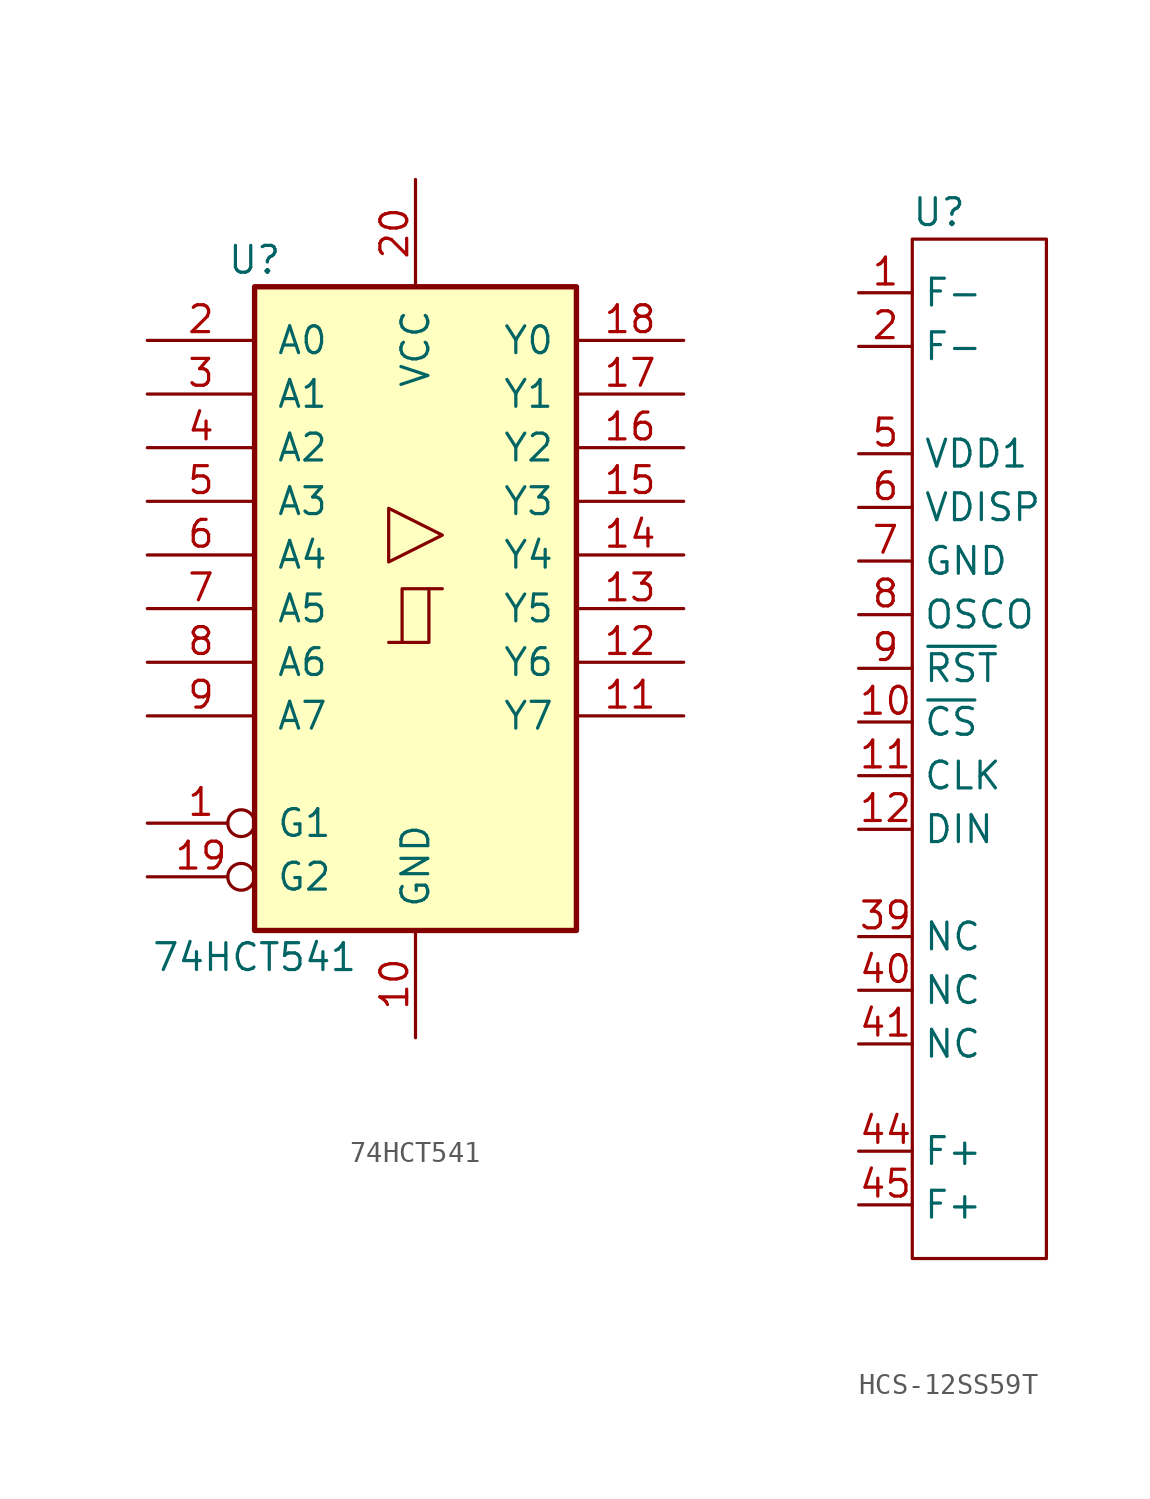
<source format=kicad_sym>
(kicad_symbol_lib
  (version 20230620)
  (generator kicad_symbol_editor)
  (symbol "74HCT541"
    (pin_names
      (offset 1.016))
    (property "Reference" "U"
      (at -7.62 16.51 0)
      (effects (font (size 1.27 1.27))))
    (property "Value" "74HCT541"
      (at -7.62 -16.51 0)
      (effects (font (size 1.27 1.27))))
    (property "ki_locked" ""
      (at 0 0 0)
      (effects (font (size 1.27 1.27))))
    (symbol "74HCT541_1_0"
      (polyline (pts (xy -0.635 -1.6) (xy -0.635 0.94) (xy 0.635 0.94)) (stroke (width 0) (type default)) (fill (type none)))
      (polyline (pts (xy -1.27 -1.6) (xy 0.635 -1.6) (xy 0.635 0.94) (xy 1.27 0.94)) (stroke (width 0) (type default)) (fill (type none)))
      (polyline (pts (xy 1.27 3.48) (xy -1.27 4.75) (xy -1.27 2.21) (xy 1.27 3.48)) (stroke (width 0.152) (type default)) (fill (type none)))
      (pin input inverted (at -12.7 -10.16 0) (length 5.08) (name "G1" (effects (font (size 1.27 1.27)))) (number "1" (effects (font (size 1.27 1.27)))))
      (pin power_in line (at 0 -20.32 90) (length 5.08) (name "GND" (effects (font (size 1.27 1.27)))) (number "10" (effects (font (size 1.27 1.27)))))
      (pin tri_state line (at 12.7 -5.08 180) (length 5.08) (name "Y7" (effects (font (size 1.27 1.27)))) (number "11" (effects (font (size 1.27 1.27)))))
      (pin tri_state line (at 12.7 -2.54 180) (length 5.08) (name "Y6" (effects (font (size 1.27 1.27)))) (number "12" (effects (font (size 1.27 1.27)))))
      (pin tri_state line (at 12.7 0 180) (length 5.08) (name "Y5" (effects (font (size 1.27 1.27)))) (number "13" (effects (font (size 1.27 1.27)))))
      (pin tri_state line (at 12.7 2.54 180) (length 5.08) (name "Y4" (effects (font (size 1.27 1.27)))) (number "14" (effects (font (size 1.27 1.27)))))
      (pin tri_state line (at 12.7 5.08 180) (length 5.08) (name "Y3" (effects (font (size 1.27 1.27)))) (number "15" (effects (font (size 1.27 1.27)))))
      (pin tri_state line (at 12.7 7.62 180) (length 5.08) (name "Y2" (effects (font (size 1.27 1.27)))) (number "16" (effects (font (size 1.27 1.27)))))
      (pin tri_state line (at 12.7 10.16 180) (length 5.08) (name "Y1" (effects (font (size 1.27 1.27)))) (number "17" (effects (font (size 1.27 1.27)))))
      (pin tri_state line (at 12.7 12.7 180) (length 5.08) (name "Y0" (effects (font (size 1.27 1.27)))) (number "18" (effects (font (size 1.27 1.27)))))
      (pin input inverted (at -12.7 -12.7 0) (length 5.08) (name "G2" (effects (font (size 1.27 1.27)))) (number "19" (effects (font (size 1.27 1.27)))))
      (pin input line (at -12.7 12.7 0) (length 5.08) (name "A0" (effects (font (size 1.27 1.27)))) (number "2" (effects (font (size 1.27 1.27)))))
      (pin power_in line (at 0 20.32 270) (length 5.08) (name "VCC" (effects (font (size 1.27 1.27)))) (number "20" (effects (font (size 1.27 1.27)))))
      (pin input line (at -12.7 10.16 0) (length 5.08) (name "A1" (effects (font (size 1.27 1.27)))) (number "3" (effects (font (size 1.27 1.27)))))
      (pin input line (at -12.7 7.62 0) (length 5.08) (name "A2" (effects (font (size 1.27 1.27)))) (number "4" (effects (font (size 1.27 1.27)))))
      (pin input line (at -12.7 5.08 0) (length 5.08) (name "A3" (effects (font (size 1.27 1.27)))) (number "5" (effects (font (size 1.27 1.27)))))
      (pin input line (at -12.7 2.54 0) (length 5.08) (name "A4" (effects (font (size 1.27 1.27)))) (number "6" (effects (font (size 1.27 1.27)))))
      (pin input line (at -12.7 0 0) (length 5.08) (name "A5" (effects (font (size 1.27 1.27)))) (number "7" (effects (font (size 1.27 1.27)))))
      (pin input line (at -12.7 -2.54 0) (length 5.08) (name "A6" (effects (font (size 1.27 1.27)))) (number "8" (effects (font (size 1.27 1.27)))))
      (pin input line (at -12.7 -5.08 0) (length 5.08) (name "A7" (effects (font (size 1.27 1.27)))) (number "9" (effects (font (size 1.27 1.27))))))
    (symbol "74HCT541_1_1"
      (rectangle (start -7.62 15.24) (end 7.62 -15.24) (stroke (width 0.254) (type default)) (fill (type background)))))
  (symbol "HCS-12SS59T"
    (property "Reference" "U"
      (at 0 2.54 0)
      (effects (font (size 1.27 1.27))))
    (property "Value" ""
      (at 0 0 0)
      (effects (font (size 1.27 1.27))))
    (symbol "HCS-12SS59T_0_1"
      (rectangle (start -1.27 1.27) (end 5.08 -46.99) (stroke (width 0) (type default)) (fill (type none))))
    (symbol "HCS-12SS59T_1_1"
      (pin input line (at -3.81 -1.27 0) (length 2.54) (name "F-" (effects (font (size 1.27 1.27)))) (number "1" (effects (font (size 1.27 1.27)))))
      (pin input line (at -3.81 -21.59 0) (length 2.54) (name "~{CS}" (effects (font (size 1.27 1.27)))) (number "10" (effects (font (size 1.27 1.27)))))
      (pin input line (at -3.81 -24.13 0) (length 2.54) (name "CLK" (effects (font (size 1.27 1.27)))) (number "11" (effects (font (size 1.27 1.27)))))
      (pin input line (at -3.81 -26.67 0) (length 2.54) (name "DIN" (effects (font (size 1.27 1.27)))) (number "12" (effects (font (size 1.27 1.27)))))
      (pin input line (at -3.81 -3.81 0) (length 2.54) (name "F-" (effects (font (size 1.27 1.27)))) (number "2" (effects (font (size 1.27 1.27)))))
      (pin input line (at -3.81 -31.75 0) (length 2.54) (name "NC" (effects (font (size 1.27 1.27)))) (number "39" (effects (font (size 1.27 1.27)))))
      (pin input line (at -3.81 -34.29 0) (length 2.54) (name "NC" (effects (font (size 1.27 1.27)))) (number "40" (effects (font (size 1.27 1.27)))))
      (pin input line (at -3.81 -36.83 0) (length 2.54) (name "NC" (effects (font (size 1.27 1.27)))) (number "41" (effects (font (size 1.27 1.27)))))
      (pin input line (at -3.81 -41.91 0) (length 2.54) (name "F+" (effects (font (size 1.27 1.27)))) (number "44" (effects (font (size 1.27 1.27)))))
      (pin input line (at -3.81 -44.45 0) (length 2.54) (name "F+" (effects (font (size 1.27 1.27)))) (number "45" (effects (font (size 1.27 1.27)))))
      (pin input line (at -3.81 -8.89 0) (length 2.54) (name "VDD1" (effects (font (size 1.27 1.27)))) (number "5" (effects (font (size 1.27 1.27)))))
      (pin input line (at -3.81 -11.43 0) (length 2.54) (name "VDISP" (effects (font (size 1.27 1.27)))) (number "6" (effects (font (size 1.27 1.27)))))
      (pin input line (at -3.81 -13.97 0) (length 2.54) (name "GND" (effects (font (size 1.27 1.27)))) (number "7" (effects (font (size 1.27 1.27)))))
      (pin input line (at -3.81 -16.51 0) (length 2.54) (name "OSCO" (effects (font (size 1.27 1.27)))) (number "8" (effects (font (size 1.27 1.27)))))
      (pin input line (at -3.81 -19.05 0) (length 2.54) (name "~{RST}" (effects (font (size 1.27 1.27)))) (number "9" (effects (font (size 1.27 1.27))))))))
</source>
